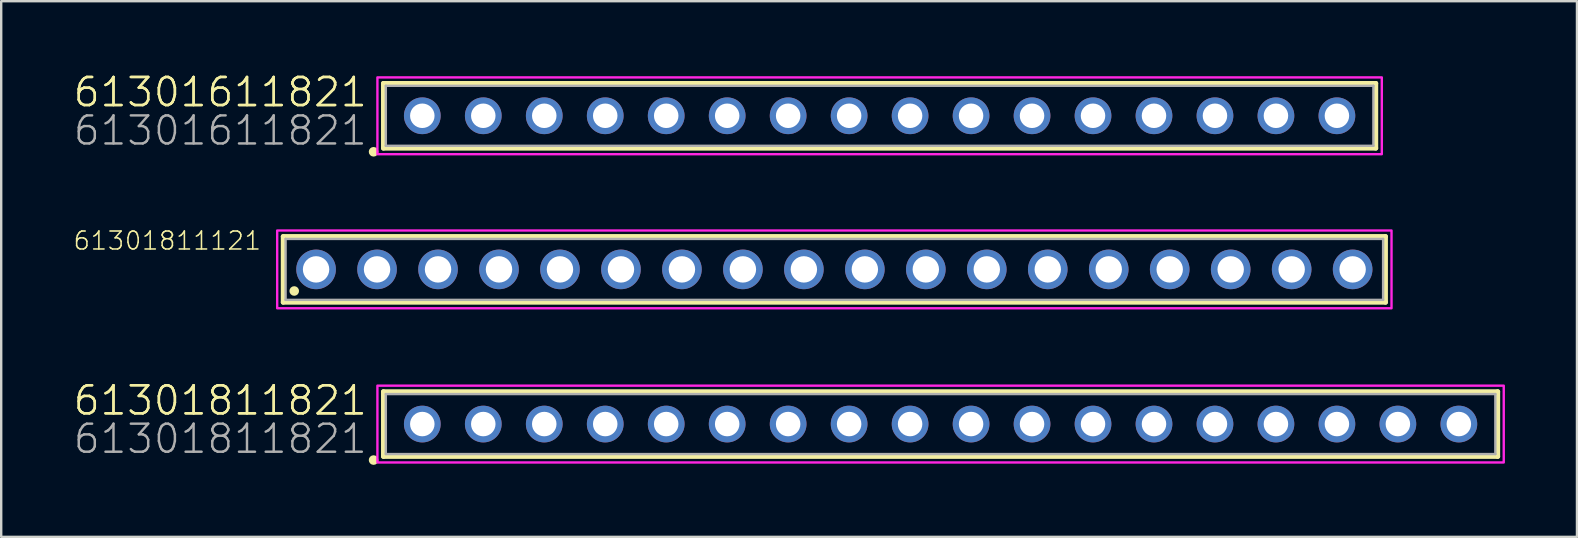
<source format=kicad_pcb>
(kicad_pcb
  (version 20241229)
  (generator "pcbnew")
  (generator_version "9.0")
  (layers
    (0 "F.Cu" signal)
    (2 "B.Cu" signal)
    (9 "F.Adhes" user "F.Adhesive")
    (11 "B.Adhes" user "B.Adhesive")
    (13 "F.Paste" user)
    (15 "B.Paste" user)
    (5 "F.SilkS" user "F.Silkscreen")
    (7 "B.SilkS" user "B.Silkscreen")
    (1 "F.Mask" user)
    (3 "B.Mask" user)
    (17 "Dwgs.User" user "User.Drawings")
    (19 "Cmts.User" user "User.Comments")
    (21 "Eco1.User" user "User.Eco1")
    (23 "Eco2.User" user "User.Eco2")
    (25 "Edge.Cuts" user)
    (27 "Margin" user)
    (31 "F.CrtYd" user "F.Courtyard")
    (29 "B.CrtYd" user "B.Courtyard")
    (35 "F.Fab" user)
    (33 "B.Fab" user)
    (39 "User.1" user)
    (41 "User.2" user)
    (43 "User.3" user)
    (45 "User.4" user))
  (footprint "61301811121"
    (layer "F.Cu")
    (at 31.707 8.172)
    (property "Reference" "61301811121" (at -23.828 -0.756 0) (unlocked yes) (layer "F.SilkS") (effects (font (size 0.748 0.748) (thickness 0.065)) (justify right bottom)))
    (fp_line (start -22.96 -1.37) (end 22.96 -1.37) (stroke (width 0.2) (type solid)) (layer "F.SilkS"))
    (fp_line (start -22.96 1.37) (end -22.96 -1.37) (stroke (width 0.2) (type solid)) (layer "F.SilkS"))
    (fp_line (start 22.96 -1.37) (end 22.96 1.37) (stroke (width 0.2) (type solid)) (layer "F.SilkS"))
    (fp_line (start 22.96 1.37) (end -22.96 1.37) (stroke (width 0.2) (type solid)) (layer "F.SilkS"))
    (fp_circle (center -22.5 0.9) (end -22.4 0.9) (stroke (width 0.2) (type solid)) (fill no) (layer "F.SilkS"))
    (fp_poly (pts (xy 23.21 1.62) (xy -23.21 1.62) (xy -23.21 -1.62) (xy 23.21 -1.62)) (stroke (width 0.1) (type default)) (fill no) (layer "F.CrtYd"))
    (fp_line (start -22.86 -1.27) (end -22.86 1.27) (stroke (width 0.1) (type solid)) (layer "F.Fab"))
    (fp_line (start -22.86 1.27) (end 22.86 1.27) (stroke (width 0.1) (type solid)) (layer "F.Fab"))
    (fp_line (start 22.86 -1.27) (end -22.86 -1.27) (stroke (width 0.1) (type solid)) (layer "F.Fab"))
    (fp_line (start 22.86 1.27) (end 22.86 -1.27) (stroke (width 0.1) (type solid)) (layer "F.Fab"))
    (pad "1" thru_hole circle (at -21.59 0) (size 1.65 1.65) (drill 1.1) (layers "*.Cu" "*.Mask"))
    (pad "2" thru_hole circle (at -19.05 0) (size 1.65 1.65) (drill 1.1) (layers "*.Cu" "*.Mask"))
    (pad "3" thru_hole circle (at -16.51 0) (size 1.65 1.65) (drill 1.1) (layers "*.Cu" "*.Mask"))
    (pad "4" thru_hole circle (at -13.97 0) (size 1.65 1.65) (drill 1.1) (layers "*.Cu" "*.Mask"))
    (pad "5" thru_hole circle (at -11.43 0) (size 1.65 1.65) (drill 1.1) (layers "*.Cu" "*.Mask"))
    (pad "6" thru_hole circle (at -8.89 0) (size 1.65 1.65) (drill 1.1) (layers "*.Cu" "*.Mask"))
    (pad "7" thru_hole circle (at -6.35 0) (size 1.65 1.65) (drill 1.1) (layers "*.Cu" "*.Mask"))
    (pad "8" thru_hole circle (at -3.81 0) (size 1.65 1.65) (drill 1.1) (layers "*.Cu" "*.Mask"))
    (pad "9" thru_hole circle (at -1.27 0) (size 1.65 1.65) (drill 1.1) (layers "*.Cu" "*.Mask"))
    (pad "10" thru_hole circle (at 1.27 0) (size 1.65 1.65) (drill 1.1) (layers "*.Cu" "*.Mask"))
    (pad "11" thru_hole circle (at 3.81 0) (size 1.65 1.65) (drill 1.1) (layers "*.Cu" "*.Mask"))
    (pad "12" thru_hole circle (at 6.35 0) (size 1.65 1.65) (drill 1.1) (layers "*.Cu" "*.Mask"))
    (pad "13" thru_hole circle (at 8.89 0) (size 1.65 1.65) (drill 1.1) (layers "*.Cu" "*.Mask"))
    (pad "14" thru_hole circle (at 11.43 0) (size 1.65 1.65) (drill 1.1) (layers "*.Cu" "*.Mask"))
    (pad "15" thru_hole circle (at 13.97 0) (size 1.65 1.65) (drill 1.1) (layers "*.Cu" "*.Mask"))
    (pad "16" thru_hole circle (at 16.51 0) (size 1.65 1.65) (drill 1.1) (layers "*.Cu" "*.Mask"))
    (pad "17" thru_hole circle (at 19.05 0) (size 1.65 1.65) (drill 1.1) (layers "*.Cu" "*.Mask"))
    (pad "18" thru_hole circle (at 21.59 0) (size 1.65 1.65) (drill 1.1) (layers "*.Cu" "*.Mask")))
  (footprint "61301611821"
    (layer "F.Cu")
    (at 33.592 1.773)
    (property "Reference" "61301611821" (at -21.28 -0.3 0) (unlocked yes) (layer "F.SilkS") (effects (font (size 1.168 1.168) (thickness 0.102)) (justify right bottom)))
    (property "Value" "61301611821" (at -21.28 1.3 0) (unlocked yes) (layer "F.Fab") (hide yes) (effects (font (size 1.168 1.168) (thickness 0.102)) (justify right bottom)))
    (fp_line (start -20.67 -1.35) (end 20.67 -1.35) (stroke (width 0.2) (type solid)) (layer "F.SilkS"))
    (fp_line (start -20.67 1.35) (end -20.67 -1.35) (stroke (width 0.2) (type solid)) (layer "F.SilkS"))
    (fp_line (start 20.67 -1.35) (end 20.67 1.35) (stroke (width 0.2) (type solid)) (layer "F.SilkS"))
    (fp_line (start 20.67 1.35) (end -20.67 1.35) (stroke (width 0.2) (type solid)) (layer "F.SilkS"))
    (fp_circle (center -21.08 1.5) (end -20.98 1.5) (stroke (width 0.2) (type solid)) (fill no) (layer "F.SilkS"))
    (fp_poly (pts (xy 20.92 1.6) (xy -20.92 1.6) (xy -20.92 -1.6) (xy 20.92 -1.6)) (stroke (width 0.1) (type default)) (fill no) (layer "F.CrtYd"))
    (fp_line (start -20.57 -1.25) (end -20.57 1.25) (stroke (width 0.1) (type solid)) (layer "F.Fab"))
    (fp_line (start -20.57 1.25) (end 20.57 1.25) (stroke (width 0.1) (type solid)) (layer "F.Fab"))
    (fp_line (start 20.57 -1.25) (end -20.57 -1.25) (stroke (width 0.1) (type solid)) (layer "F.Fab"))
    (fp_line (start 20.57 1.25) (end 20.57 -1.25) (stroke (width 0.1) (type solid)) (layer "F.Fab"))
    (fp_text user "${REFERENCE}" (at -21.28 -0.3 0) (unlocked yes) (layer "F.SilkS") (effects (font (size 1.168 1.168) (thickness 0.102)) (justify right bottom)))
    (fp_text user "${VALUE}" (at -21.28 1.3 0) (unlocked yes) (layer "F.Fab") (effects (font (size 1.168 1.168) (thickness 0.102)) (justify right bottom)))
    (pad "1" thru_hole circle (at -19.05 0) (size 1.53 1.53) (drill 1.02) (layers "*.Cu" "*.Mask"))
    (pad "2" thru_hole circle (at -16.51 0) (size 1.53 1.53) (drill 1.02) (layers "*.Cu" "*.Mask"))
    (pad "3" thru_hole circle (at -13.97 0) (size 1.53 1.53) (drill 1.02) (layers "*.Cu" "*.Mask"))
    (pad "4" thru_hole circle (at -11.43 0) (size 1.53 1.53) (drill 1.02) (layers "*.Cu" "*.Mask"))
    (pad "5" thru_hole circle (at -8.89 0) (size 1.53 1.53) (drill 1.02) (layers "*.Cu" "*.Mask"))
    (pad "6" thru_hole circle (at -6.35 0) (size 1.53 1.53) (drill 1.02) (layers "*.Cu" "*.Mask"))
    (pad "7" thru_hole circle (at -3.81 0) (size 1.53 1.53) (drill 1.02) (layers "*.Cu" "*.Mask"))
    (pad "8" thru_hole circle (at -1.27 0) (size 1.53 1.53) (drill 1.02) (layers "*.Cu" "*.Mask"))
    (pad "9" thru_hole circle (at 1.27 0) (size 1.53 1.53) (drill 1.02) (layers "*.Cu" "*.Mask"))
    (pad "10" thru_hole circle (at 3.81 0) (size 1.53 1.53) (drill 1.02) (layers "*.Cu" "*.Mask"))
    (pad "11" thru_hole circle (at 6.35 0) (size 1.53 1.53) (drill 1.02) (layers "*.Cu" "*.Mask"))
    (pad "12" thru_hole circle (at 8.89 0) (size 1.53 1.53) (drill 1.02) (layers "*.Cu" "*.Mask"))
    (pad "13" thru_hole circle (at 11.43 0) (size 1.53 1.53) (drill 1.02) (layers "*.Cu" "*.Mask"))
    (pad "14" thru_hole circle (at 13.97 0) (size 1.53 1.53) (drill 1.02) (layers "*.Cu" "*.Mask"))
    (pad "15" thru_hole circle (at 16.51 0) (size 1.53 1.53) (drill 1.02) (layers "*.Cu" "*.Mask"))
    (pad "16" thru_hole circle (at 19.05 0) (size 1.53 1.53) (drill 1.02) (layers "*.Cu" "*.Mask")))
  (footprint "61301811821"
    (layer "F.Cu")
    (at 36.132 14.615)
    (property "Reference" "61301811821" (at -23.82 -0.3 0) (unlocked yes) (layer "F.SilkS") (effects (font (size 1.168 1.168) (thickness 0.102)) (justify right bottom)))
    (property "Value" "61301811821" (at -23.82 1.3 0) (unlocked yes) (layer "F.Fab") (hide yes) (effects (font (size 1.168 1.168) (thickness 0.102)) (justify right bottom)))
    (fp_line (start -23.21 -1.35) (end 23.21 -1.35) (stroke (width 0.2) (type solid)) (layer "F.SilkS"))
    (fp_line (start -23.21 1.35) (end -23.21 -1.35) (stroke (width 0.2) (type solid)) (layer "F.SilkS"))
    (fp_line (start 23.21 -1.35) (end 23.21 1.35) (stroke (width 0.2) (type solid)) (layer "F.SilkS"))
    (fp_line (start 23.21 1.35) (end -23.21 1.35) (stroke (width 0.2) (type solid)) (layer "F.SilkS"))
    (fp_circle (center -23.62 1.5) (end -23.52 1.5) (stroke (width 0.2) (type solid)) (fill no) (layer "F.SilkS"))
    (fp_poly (pts (xy 23.46 1.6) (xy -23.46 1.6) (xy -23.46 -1.6) (xy 23.46 -1.6)) (stroke (width 0.1) (type default)) (fill no) (layer "F.CrtYd"))
    (fp_line (start -23.11 -1.25) (end -23.11 1.25) (stroke (width 0.1) (type solid)) (layer "F.Fab"))
    (fp_line (start -23.11 1.25) (end 23.11 1.25) (stroke (width 0.1) (type solid)) (layer "F.Fab"))
    (fp_line (start 23.11 -1.25) (end -23.11 -1.25) (stroke (width 0.1) (type solid)) (layer "F.Fab"))
    (fp_line (start 23.11 1.25) (end 23.11 -1.25) (stroke (width 0.1) (type solid)) (layer "F.Fab"))
    (fp_text user "${REFERENCE}" (at -23.82 -0.3 0) (unlocked yes) (layer "F.SilkS") (effects (font (size 1.168 1.168) (thickness 0.102)) (justify right bottom)))
    (fp_text user "${VALUE}" (at -23.82 1.3 0) (unlocked yes) (layer "F.Fab") (effects (font (size 1.168 1.168) (thickness 0.102)) (justify right bottom)))
    (pad "1" thru_hole circle (at -21.59 0) (size 1.53 1.53) (drill 1.02) (layers "*.Cu" "*.Mask"))
    (pad "2" thru_hole circle (at -19.05 0) (size 1.53 1.53) (drill 1.02) (layers "*.Cu" "*.Mask"))
    (pad "3" thru_hole circle (at -16.51 0) (size 1.53 1.53) (drill 1.02) (layers "*.Cu" "*.Mask"))
    (pad "4" thru_hole circle (at -13.97 0) (size 1.53 1.53) (drill 1.02) (layers "*.Cu" "*.Mask"))
    (pad "5" thru_hole circle (at -11.43 0) (size 1.53 1.53) (drill 1.02) (layers "*.Cu" "*.Mask"))
    (pad "6" thru_hole circle (at -8.89 0) (size 1.53 1.53) (drill 1.02) (layers "*.Cu" "*.Mask"))
    (pad "7" thru_hole circle (at -6.35 0) (size 1.53 1.53) (drill 1.02) (layers "*.Cu" "*.Mask"))
    (pad "8" thru_hole circle (at -3.81 0) (size 1.53 1.53) (drill 1.02) (layers "*.Cu" "*.Mask"))
    (pad "9" thru_hole circle (at -1.27 0) (size 1.53 1.53) (drill 1.02) (layers "*.Cu" "*.Mask"))
    (pad "10" thru_hole circle (at 1.27 0) (size 1.53 1.53) (drill 1.02) (layers "*.Cu" "*.Mask"))
    (pad "11" thru_hole circle (at 3.81 0) (size 1.53 1.53) (drill 1.02) (layers "*.Cu" "*.Mask"))
    (pad "12" thru_hole circle (at 6.35 0) (size 1.53 1.53) (drill 1.02) (layers "*.Cu" "*.Mask"))
    (pad "13" thru_hole circle (at 8.89 0) (size 1.53 1.53) (drill 1.02) (layers "*.Cu" "*.Mask"))
    (pad "14" thru_hole circle (at 11.43 0) (size 1.53 1.53) (drill 1.02) (layers "*.Cu" "*.Mask"))
    (pad "15" thru_hole circle (at 13.97 0) (size 1.53 1.53) (drill 1.02) (layers "*.Cu" "*.Mask"))
    (pad "16" thru_hole circle (at 16.51 0) (size 1.53 1.53) (drill 1.02) (layers "*.Cu" "*.Mask"))
    (pad "17" thru_hole circle (at 19.05 0) (size 1.53 1.53) (drill 1.02) (layers "*.Cu" "*.Mask"))
    (pad "18" thru_hole circle (at 21.59 0) (size 1.53 1.53) (drill 1.02) (layers "*.Cu" "*.Mask")))
  (gr_rect
    (start -3 -3)
    (end 62.642 19.315)
    (stroke (width 0.1) (type default))
    (fill no)
    (layer "Edge.Cuts")))
</source>
